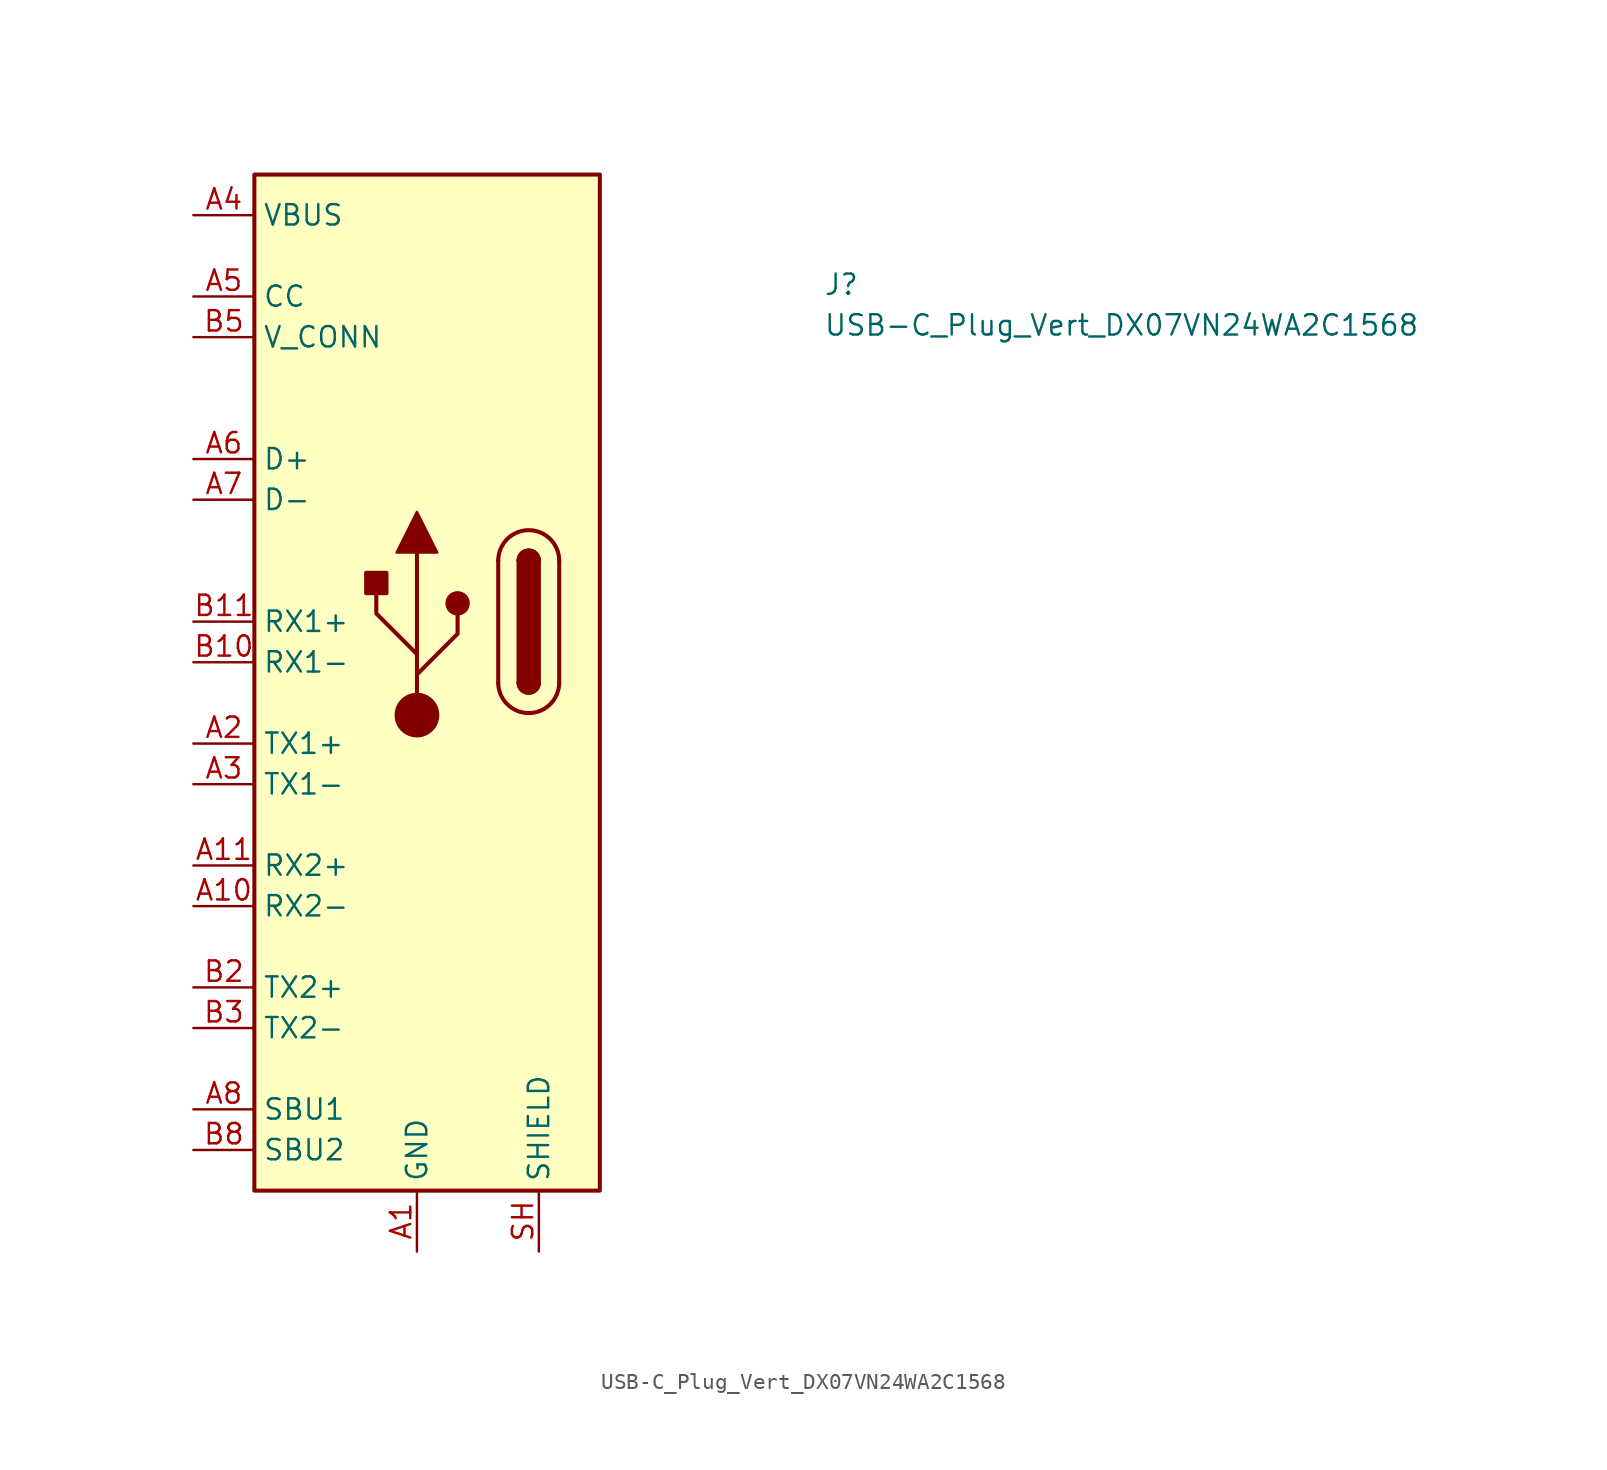
<source format=kicad_sym>
(kicad_symbol_lib
  (version 20211014)
  (generator kicad_symbol_editor)
  (symbol "USB-C_Plug_Vert_DX07VN24WA2C1568"
    (property "Reference" "J"
      (at 39.37 -5.08 0)
      (effects (font (size 1.27 1.27) (thickness 0.15)) (justify left bottom)))
    (property "Value" "USB-C_Plug_Vert_DX07VN24WA2C1568"
      (at 39.37 -7.62 0)
      (effects (font (size 1.27 1.27) (thickness 0.15)) (justify left bottom)))
    (symbol "USB-C_Plug_Vert_DX07VN24WA2C1568_1_1"
      (polyline (pts (xy 13.97 -31.242) (xy 13.97 -21.082)) (stroke (width 0.254) (type default) (color 0 0 0 0)) (fill (type background)))
      (polyline (pts (xy 19.05 -21.59) (xy 19.05 -29.21)) (stroke (width 0.254) (type default) (color 0 0 0 0)) (fill (type background)))
      (polyline (pts (xy 22.86 -29.21) (xy 22.86 -21.59)) (stroke (width 0.254) (type default) (color 0 0 0 0)) (fill (type background)))
      (polyline (pts (xy 13.97 -28.702) (xy 16.51 -26.162) (xy 16.51 -24.892)) (stroke (width 0.254) (type default) (color 0 0 0 0)) (fill (type background)))
      (polyline (pts (xy 13.97 -27.432) (xy 11.43 -24.892) (xy 11.43 -23.622)) (stroke (width 0.254) (type default) (color 0 0 0 0)) (fill (type background)))
      (polyline (pts (xy 15.24 -21.082) (xy 13.97 -18.542) (xy 12.7 -21.082) (xy 15.24 -21.082)) (stroke (width 0) (type default) (color 0 0 0 0)) (fill (type outline)))
      (rectangle (start 3.81 -60.96) (end 25.4 2.54) (stroke (width 0.254) (type default) (color 0 0 0 0)) (fill (type background)))
      (rectangle (start 10.795 -22.352) (end 12.065 -23.622) (stroke (width 0.254) (type default) (color 0 0 0 0)) (fill (type outline)))
      (circle (center 13.97 -31.242) (radius 1.27) (stroke (width 0.254) (type default) (color 0 0 0 0)) (fill (type outline)))
      (circle (center 16.51 -24.257) (radius 0.635) (stroke (width 0.254) (type default) (color 0 0 0 0)) (fill (type outline)))
      (arc (start 19.05 -29.21) (mid 20.955 -31.115) (end 22.86 -29.21) (stroke (width 0.254) (type default) (color 0 0 0 0)) (fill (type background)))
      (arc (start 20.32 -29.21) (mid 20.955 -29.845) (end 21.59 -29.21) (stroke (width 0.254) (type default) (color 0 0 0 0)) (fill (type outline)))
      (arc (start 20.32 -29.21) (mid 20.955 -29.845) (end 21.59 -29.21) (stroke (width 0.254) (type default) (color 0 0 0 0)) (fill (type background)))
      (rectangle (start 20.32 -21.59) (end 21.59 -29.21) (stroke (width 0.254) (type default) (color 0 0 0 0)) (fill (type outline)))
      (arc (start 21.59 -21.59) (mid 20.955 -20.955) (end 20.32 -21.59) (stroke (width 0.254) (type default) (color 0 0 0 0)) (fill (type outline)))
      (arc (start 21.59 -21.59) (mid 20.955 -20.955) (end 20.32 -21.59) (stroke (width 0.254) (type default) (color 0 0 0 0)) (fill (type background)))
      (arc (start 22.86 -21.59) (mid 20.955 -19.685) (end 19.05 -21.59) (stroke (width 0.254) (type default) (color 0 0 0 0)) (fill (type background)))
      (pin passive line (at 13.97 -64.77 90) (length 3.81) (name "GND" (effects (font (size 1.27 1.27)))) (number "A1" (effects (font (size 1.27 1.27)))))
      (pin bidirectional line (at 0 -43.18 0) (length 3.81) (name "RX2-" (effects (font (size 1.27 1.27)))) (number "A10" (effects (font (size 1.27 1.27)))))
      (pin bidirectional line (at 0 -40.64 0) (length 3.81) (name "RX2+" (effects (font (size 1.27 1.27)))) (number "A11" (effects (font (size 1.27 1.27)))))
      (pin passive line (at 13.97 -64.77 90) (length 3.81) hide (name "GND" (effects (font (size 1.27 1.27)))) (number "A12" (effects (font (size 1.27 1.27)))))
      (pin bidirectional line (at 0 -33.02 0) (length 3.81) (name "TX1+" (effects (font (size 1.27 1.27)))) (number "A2" (effects (font (size 1.27 1.27)))))
      (pin bidirectional line (at 0 -35.56 0) (length 3.81) (name "TX1-" (effects (font (size 1.27 1.27)))) (number "A3" (effects (font (size 1.27 1.27)))))
      (pin passive line (at 0 0 0) (length 3.81) (name "VBUS" (effects (font (size 1.27 1.27)))) (number "A4" (effects (font (size 1.27 1.27)))))
      (pin bidirectional line (at 0 -5.08 0) (length 3.81) (name "CC" (effects (font (size 1.27 1.27)))) (number "A5" (effects (font (size 1.27 1.27)))))
      (pin bidirectional line (at 0 -15.24 0) (length 3.81) (name "D+" (effects (font (size 1.27 1.27)))) (number "A6" (effects (font (size 1.27 1.27)))))
      (pin bidirectional line (at 0 -17.78 0) (length 3.81) (name "D-" (effects (font (size 1.27 1.27)))) (number "A7" (effects (font (size 1.27 1.27)))))
      (pin bidirectional line (at 0 -55.88 0) (length 3.81) (name "SBU1" (effects (font (size 1.27 1.27)))) (number "A8" (effects (font (size 1.27 1.27)))))
      (pin passive line (at 0 0 0) (length 3.81) hide (name "VBUS" (effects (font (size 1.27 1.27)))) (number "A9" (effects (font (size 1.27 1.27)))))
      (pin passive line (at 13.97 -64.77 90) (length 3.81) hide (name "GND" (effects (font (size 1.27 1.27)))) (number "B1" (effects (font (size 1.27 1.27)))))
      (pin bidirectional line (at 0 -27.94 0) (length 3.81) (name "RX1-" (effects (font (size 1.27 1.27)))) (number "B10" (effects (font (size 1.27 1.27)))))
      (pin bidirectional line (at 0 -25.4 0) (length 3.81) (name "RX1+" (effects (font (size 1.27 1.27)))) (number "B11" (effects (font (size 1.27 1.27)))))
      (pin passive line (at 13.97 -64.77 90) (length 3.81) hide (name "GND" (effects (font (size 1.27 1.27)))) (number "B12" (effects (font (size 1.27 1.27)))))
      (pin bidirectional line (at 0 -48.26 0) (length 3.81) (name "TX2+" (effects (font (size 1.27 1.27)))) (number "B2" (effects (font (size 1.27 1.27)))))
      (pin bidirectional line (at 0 -50.8 0) (length 3.81) (name "TX2-" (effects (font (size 1.27 1.27)))) (number "B3" (effects (font (size 1.27 1.27)))))
      (pin passive line (at 0 0 0) (length 3.81) hide (name "VBUS" (effects (font (size 1.27 1.27)))) (number "B4" (effects (font (size 1.27 1.27)))))
      (pin bidirectional line (at 0 -7.62 0) (length 3.81) (name "V_CONN" (effects (font (size 1.27 1.27)))) (number "B5" (effects (font (size 1.27 1.27)))))
      (pin no_connect line (at 0 -15.24 0) (length 3.81) hide (name "D+" (effects (font (size 1.27 1.27)))) (number "B6" (effects (font (size 1.27 1.27)))))
      (pin no_connect line (at 0 -17.78 0) (length 3.81) hide (name "D-" (effects (font (size 1.27 1.27)))) (number "B7" (effects (font (size 1.27 1.27)))))
      (pin bidirectional line (at 0 -58.42 0) (length 3.81) (name "SBU2" (effects (font (size 1.27 1.27)))) (number "B8" (effects (font (size 1.27 1.27)))))
      (pin passive line (at 0 0 0) (length 3.81) hide (name "VBUS" (effects (font (size 1.27 1.27)))) (number "B9" (effects (font (size 1.27 1.27)))))
      (pin passive line (at 21.59 -64.77 90) (length 3.81) (name "SHIELD" (effects (font (size 1.27 1.27)))) (number "SH" (effects (font (size 1.27 1.27))))))))
</source>
